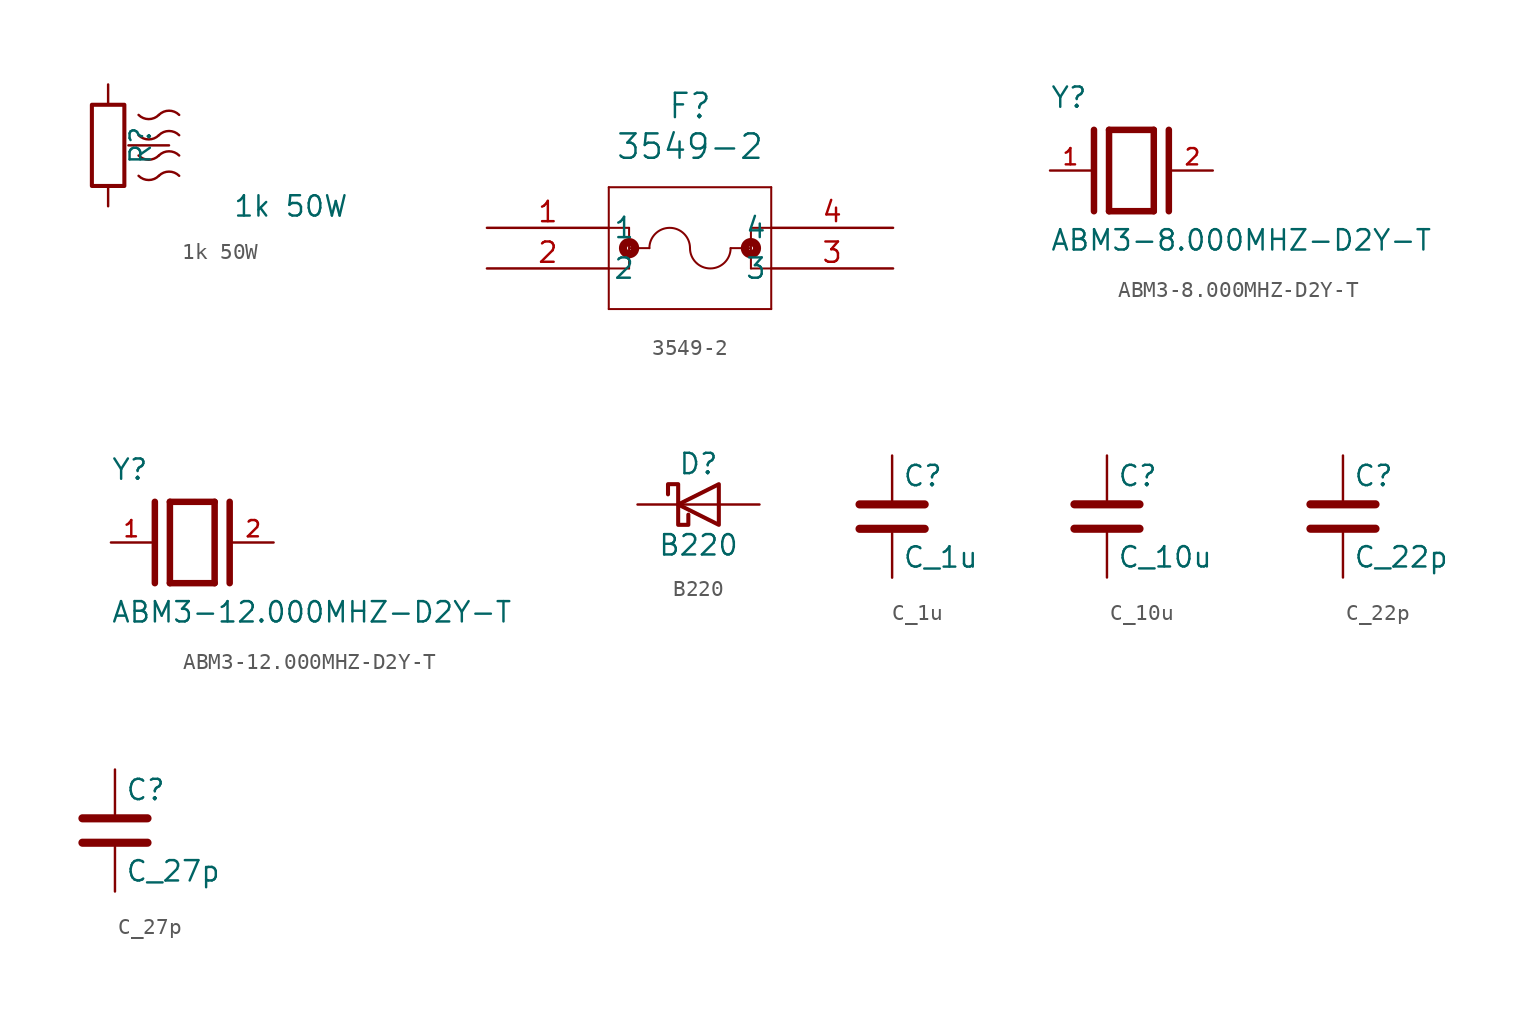
<source format=kicad_sym>
(kicad_symbol_lib
  (version 20220914)
  (generator kicad_symbol_editor)
  (symbol "1k 50W"
    (pin_numbers hide)
    (pin_names
      (offset 0))
    (property "Reference" "R"
      (at 2.032 0 90)
      (effects (font (size 1.27 1.27))))
    (property "Value" "1k 50W"
      (at 11.43 -3.81 0)
      (effects (font (size 1.27 1.27))))
    (symbol "1k 50W_0_1"
      (rectangle (start -1.016 2.54) (end 1.016 -2.54) (stroke (width 0.254) (type default)) (fill (type none)))
      (arc (start 1.905 -1.9051) (mid 2.54 -2.1681) (end 3.175 -1.9051) (stroke (width 0) (type default)) (fill (type none)))
      (arc (start 1.905 -0.6351) (mid 2.54 -0.8981) (end 3.175 -0.6351) (stroke (width 0) (type default)) (fill (type none)))
      (arc (start 1.905 0.6349) (mid 2.54 0.3719) (end 3.175 0.6349) (stroke (width 0) (type default)) (fill (type none)))
      (arc (start 1.905 1.905) (mid 2.54 1.642) (end 3.175 1.905) (stroke (width 0) (type default)) (fill (type none)))
      (arc (start 4.445 -1.905) (mid 3.81 -1.642) (end 3.175 -1.905) (stroke (width 0) (type default)) (fill (type none)))
      (arc (start 4.445 -0.635) (mid 3.81 -0.372) (end 3.175 -0.635) (stroke (width 0) (type default)) (fill (type none)))
      (arc (start 4.445 0.635) (mid 3.81 0.898) (end 3.175 0.635) (stroke (width 0) (type default)) (fill (type none)))
      (arc (start 4.445 1.9051) (mid 3.81 2.1681) (end 3.175 1.9051) (stroke (width 0) (type default)) (fill (type none))))
    (symbol "1k 50W_1_1"
      (pin passive line (at 0 3.81 270) (length 1.27) (name "~" (effects (font (size 1.27 1.27)))) (number "1" (effects (font (size 1.27 1.27)))))
      (pin passive line (at 3.81 0 180) (length 2.54) (name "~" (effects (font (size 1.27 1.27)))) (number "2" (effects (font (size 1.27 1.27)))))
      (pin passive line (at 0 -3.81 90) (length 1.27) (name "~" (effects (font (size 1.27 1.27)))) (number "3" (effects (font (size 1.27 1.27)))))))
  (symbol "3549-2"
    (pin_names
      (offset 0.254))
    (property "Reference" "F"
      (at 12.7 7.62 0)
      (effects (font (size 1.524 1.524))))
    (property "Value" "3549-2"
      (at 12.7 5.08 0)
      (effects (font (size 1.524 1.524))))
    (property "ki_locked" ""
      (at 0 0 0)
      (effects (font (size 1.27 1.27))))
    (symbol "3549-2_0_1"
      (polyline (pts (xy 7.62 -5.08) (xy 17.78 -5.08)) (stroke (width 0.127) (type default)) (fill (type none)))
      (polyline (pts (xy 7.62 0) (xy 8.89 0)) (stroke (width 0.127) (type default)) (fill (type none)))
      (polyline (pts (xy 7.62 2.54) (xy 7.62 -5.08)) (stroke (width 0.127) (type default)) (fill (type none)))
      (polyline (pts (xy 8.89 -2.54) (xy 7.62 -2.54)) (stroke (width 0.127) (type default)) (fill (type none)))
      (polyline (pts (xy 8.89 -1.27) (xy 10.16 -1.27)) (stroke (width 0.127) (type default)) (fill (type none)))
      (polyline (pts (xy 8.89 0) (xy 8.89 -2.54)) (stroke (width 0.127) (type default)) (fill (type none)))
      (polyline (pts (xy 15.24 -1.27) (xy 16.51 -1.27)) (stroke (width 0.127) (type default)) (fill (type none)))
      (polyline (pts (xy 16.51 -2.54) (xy 17.78 -2.54)) (stroke (width 0.127) (type default)) (fill (type none)))
      (polyline (pts (xy 16.51 0) (xy 16.51 -2.54)) (stroke (width 0.127) (type default)) (fill (type none)))
      (polyline (pts (xy 16.51 0) (xy 17.78 0)) (stroke (width 0.127) (type default)) (fill (type none)))
      (polyline (pts (xy 17.78 -5.08) (xy 17.78 2.54)) (stroke (width 0.127) (type default)) (fill (type none)))
      (polyline (pts (xy 17.78 2.54) (xy 7.62 2.54)) (stroke (width 0.127) (type default)) (fill (type none)))
      (circle (center 8.89 -1.27) (radius 0.127) (stroke (width 0.508) (type default)) (fill (type none)))
      (arc (start 12.7 -1.27) (mid 11.43 -0.0055) (end 10.16 -1.27) (stroke (width 0.127) (type default)) (fill (type none)))
      (arc (start 12.7 -1.27) (mid 13.97 -2.5345) (end 15.24 -1.27) (stroke (width 0.127) (type default)) (fill (type none)))
      (circle (center 16.51 -1.27) (radius 0.127) (stroke (width 0.508) (type default)) (fill (type none)))
      (pin unspecified line (at 0 0 0) (length 7.62) (name "1" (effects (font (size 1.27 1.27)))) (number "1" (effects (font (size 1.27 1.27)))))
      (pin unspecified line (at 0 -2.54 0) (length 7.62) (name "2" (effects (font (size 1.27 1.27)))) (number "2" (effects (font (size 1.27 1.27)))))
      (pin unspecified line (at 25.4 -2.54 180) (length 7.62) (name "3" (effects (font (size 1.27 1.27)))) (number "3" (effects (font (size 1.27 1.27)))))
      (pin unspecified line (at 25.4 0 180) (length 7.62) (name "4" (effects (font (size 1.27 1.27)))) (number "4" (effects (font (size 1.27 1.27)))))))
  (symbol "ABM3-8.000MHZ-D2Y-T"
    (pin_names
      (offset 1.016))
    (property "Reference" "Y"
      (at -5.088 3.816 0)
      (effects (font (size 1.27 1.27)) (justify left bottom)))
    (property "Value" "ABM3-8.000MHZ-D2Y-T"
      (at -5.094 -5.094 0)
      (effects (font (size 1.27 1.27)) (justify left bottom)))
    (symbol "ABM3-8.000MHZ-D2Y-T_0_0"
      (polyline (pts (xy -2.337 2.54) (xy -2.337 -2.54)) (stroke (width 0.406) (type default)) (fill (type none)))
      (polyline (pts (xy -1.397 2.54) (xy -1.397 -2.54)) (stroke (width 0.406) (type default)) (fill (type none)))
      (polyline (pts (xy -1.397 2.54) (xy 1.397 2.54)) (stroke (width 0.406) (type default)) (fill (type none)))
      (polyline (pts (xy 1.397 -2.54) (xy -1.397 -2.54)) (stroke (width 0.406) (type default)) (fill (type none)))
      (polyline (pts (xy 1.397 2.54) (xy 1.397 -2.54)) (stroke (width 0.406) (type default)) (fill (type none)))
      (polyline (pts (xy 2.337 2.54) (xy 2.337 -2.54)) (stroke (width 0.406) (type default)) (fill (type none)))
      (pin passive line (at -5.08 0 0) (length 2.54) (name "~" (effects (font (size 1.016 1.016)))) (number "1" (effects (font (size 1.016 1.016)))))
      (pin passive line (at 5.08 0 180) (length 2.54) (name "~" (effects (font (size 1.016 1.016)))) (number "2" (effects (font (size 1.016 1.016)))))))
  (symbol "ABM3-12.000MHZ-D2Y-T"
    (pin_names
      (offset 1.016))
    (property "Reference" "Y"
      (at -5.088 3.816 0)
      (effects (font (size 1.27 1.27)) (justify left bottom)))
    (property "Value" "ABM3-12.000MHZ-D2Y-T"
      (at -5.094 -5.094 0)
      (effects (font (size 1.27 1.27)) (justify left bottom)))
    (symbol "ABM3-12.000MHZ-D2Y-T_0_0"
      (polyline (pts (xy -2.337 2.54) (xy -2.337 -2.54)) (stroke (width 0.406) (type default)) (fill (type none)))
      (polyline (pts (xy -1.397 2.54) (xy -1.397 -2.54)) (stroke (width 0.406) (type default)) (fill (type none)))
      (polyline (pts (xy -1.397 2.54) (xy 1.397 2.54)) (stroke (width 0.406) (type default)) (fill (type none)))
      (polyline (pts (xy 1.397 -2.54) (xy -1.397 -2.54)) (stroke (width 0.406) (type default)) (fill (type none)))
      (polyline (pts (xy 1.397 2.54) (xy 1.397 -2.54)) (stroke (width 0.406) (type default)) (fill (type none)))
      (polyline (pts (xy 2.337 2.54) (xy 2.337 -2.54)) (stroke (width 0.406) (type default)) (fill (type none)))
      (pin passive line (at -5.08 0 0) (length 2.54) (name "~" (effects (font (size 1.016 1.016)))) (number "1" (effects (font (size 1.016 1.016)))))
      (pin passive line (at 5.08 0 180) (length 2.54) (name "~" (effects (font (size 1.016 1.016)))) (number "2" (effects (font (size 1.016 1.016)))))))
  (symbol "B220"
    (pin_numbers hide)
    (pin_names
      (offset 1.016) hide)
    (property "Reference" "D"
      (at 0 2.54 0)
      (effects (font (size 1.27 1.27))))
    (property "Value" "B220"
      (at 0 -2.54 0)
      (effects (font (size 1.27 1.27))))
    (symbol "B220_0_1"
      (polyline (pts (xy 1.27 0) (xy -1.27 0)) (stroke (width 0) (type default)) (fill (type none)))
      (polyline (pts (xy 1.27 1.27) (xy 1.27 -1.27) (xy -1.27 0) (xy 1.27 1.27)) (stroke (width 0.254) (type default)) (fill (type none)))
      (polyline (pts (xy -1.905 0.635) (xy -1.905 1.27) (xy -1.27 1.27) (xy -1.27 -1.27) (xy -0.635 -1.27) (xy -0.635 -0.635)) (stroke (width 0.254) (type default)) (fill (type none))))
    (symbol "B220_1_1"
      (pin passive line (at -3.81 0 0) (length 2.54) (name "K" (effects (font (size 1.27 1.27)))) (number "1" (effects (font (size 1.27 1.27)))))
      (pin passive line (at 3.81 0 180) (length 2.54) (name "A" (effects (font (size 1.27 1.27)))) (number "2" (effects (font (size 1.27 1.27)))))))
  (symbol "C_1u"
    (pin_numbers hide)
    (pin_names
      (offset 0.254))
    (property "Reference" "C"
      (at 0.635 2.54 0)
      (effects (font (size 1.27 1.27)) (justify left)))
    (property "Value" "C_1u"
      (at 0.635 -2.54 0)
      (effects (font (size 1.27 1.27)) (justify left)))
    (symbol "C_1u_0_1"
      (polyline (pts (xy -2.032 -0.762) (xy 2.032 -0.762)) (stroke (width 0.508) (type default)) (fill (type none)))
      (polyline (pts (xy -2.032 0.762) (xy 2.032 0.762)) (stroke (width 0.508) (type default)) (fill (type none))))
    (symbol "C_1u_1_1"
      (pin passive line (at 0 3.81 270) (length 2.794) (name "~" (effects (font (size 1.27 1.27)))) (number "1" (effects (font (size 1.27 1.27)))))
      (pin passive line (at 0 -3.81 90) (length 2.794) (name "~" (effects (font (size 1.27 1.27)))) (number "2" (effects (font (size 1.27 1.27)))))))
  (symbol "C_10u"
    (pin_numbers hide)
    (pin_names
      (offset 0.254))
    (property "Reference" "C"
      (at 0.635 2.54 0)
      (effects (font (size 1.27 1.27)) (justify left)))
    (property "Value" "C_10u"
      (at 0.635 -2.54 0)
      (effects (font (size 1.27 1.27)) (justify left)))
    (symbol "C_10u_0_1"
      (polyline (pts (xy -2.032 -0.762) (xy 2.032 -0.762)) (stroke (width 0.508) (type default)) (fill (type none)))
      (polyline (pts (xy -2.032 0.762) (xy 2.032 0.762)) (stroke (width 0.508) (type default)) (fill (type none))))
    (symbol "C_10u_1_1"
      (pin passive line (at 0 3.81 270) (length 2.794) (name "~" (effects (font (size 1.27 1.27)))) (number "1" (effects (font (size 1.27 1.27)))))
      (pin passive line (at 0 -3.81 90) (length 2.794) (name "~" (effects (font (size 1.27 1.27)))) (number "2" (effects (font (size 1.27 1.27)))))))
  (symbol "C_22p"
    (pin_numbers hide)
    (pin_names
      (offset 0.254))
    (property "Reference" "C"
      (at 0.635 2.54 0)
      (effects (font (size 1.27 1.27)) (justify left)))
    (property "Value" "C_22p"
      (at 0.635 -2.54 0)
      (effects (font (size 1.27 1.27)) (justify left)))
    (symbol "C_22p_0_1"
      (polyline (pts (xy -2.032 -0.762) (xy 2.032 -0.762)) (stroke (width 0.508) (type default)) (fill (type none)))
      (polyline (pts (xy -2.032 0.762) (xy 2.032 0.762)) (stroke (width 0.508) (type default)) (fill (type none))))
    (symbol "C_22p_1_1"
      (pin passive line (at 0 3.81 270) (length 2.794) (name "~" (effects (font (size 1.27 1.27)))) (number "1" (effects (font (size 1.27 1.27)))))
      (pin passive line (at 0 -3.81 90) (length 2.794) (name "~" (effects (font (size 1.27 1.27)))) (number "2" (effects (font (size 1.27 1.27)))))))
  (symbol "C_27p"
    (pin_numbers hide)
    (pin_names
      (offset 0.254))
    (property "Reference" "C"
      (at 0.635 2.54 0)
      (effects (font (size 1.27 1.27)) (justify left)))
    (property "Value" "C_27p"
      (at 0.635 -2.54 0)
      (effects (font (size 1.27 1.27)) (justify left)))
    (symbol "C_27p_0_1"
      (polyline (pts (xy -2.032 -0.762) (xy 2.032 -0.762)) (stroke (width 0.508) (type default)) (fill (type none)))
      (polyline (pts (xy -2.032 0.762) (xy 2.032 0.762)) (stroke (width 0.508) (type default)) (fill (type none))))
    (symbol "C_27p_1_1"
      (pin passive line (at 0 3.81 270) (length 2.794) (name "~" (effects (font (size 1.27 1.27)))) (number "1" (effects (font (size 1.27 1.27)))))
      (pin passive line (at 0 -3.81 90) (length 2.794) (name "~" (effects (font (size 1.27 1.27)))) (number "2" (effects (font (size 1.27 1.27))))))))
</source>
